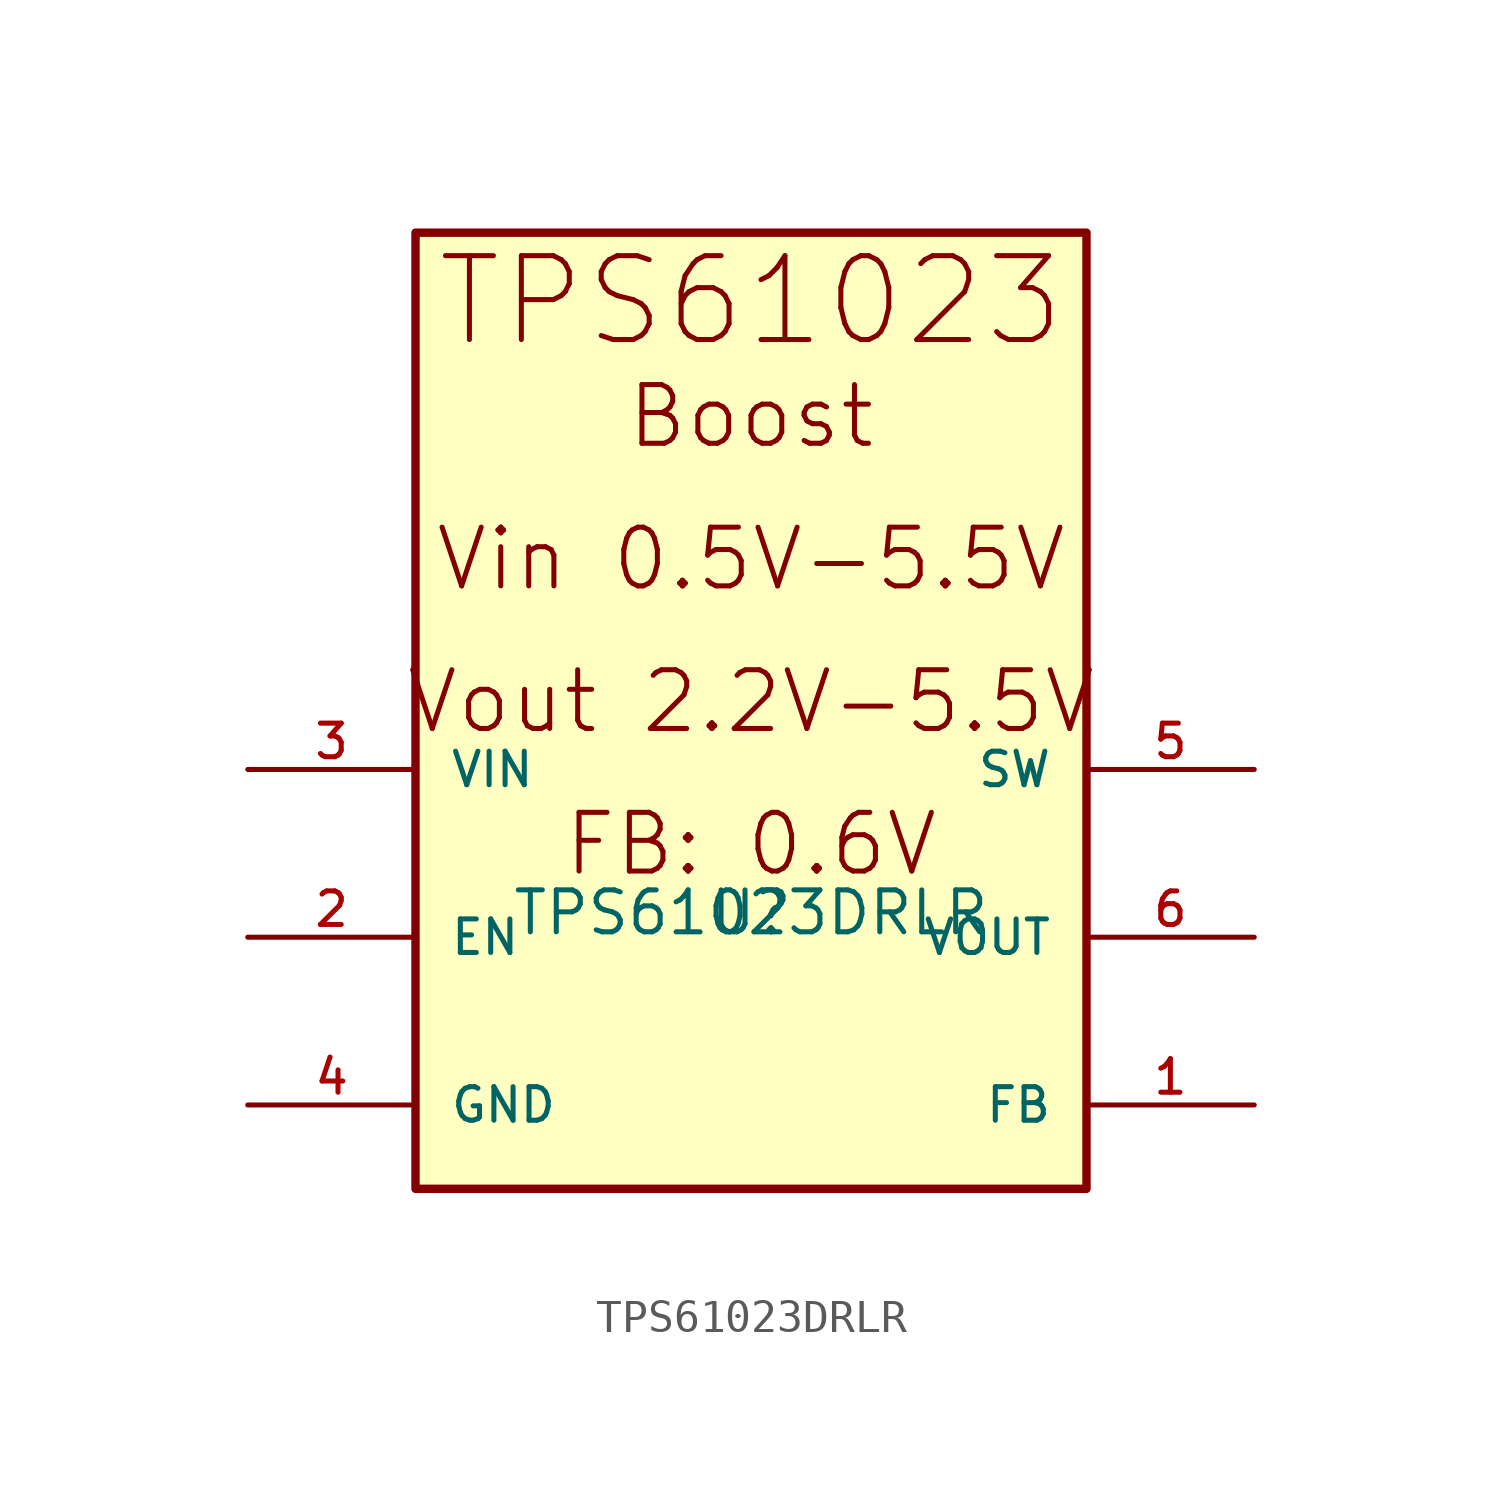
<source format=kicad_sym>
(kicad_symbol_lib
  (version 20231120)
  (generator "kicad_symbol_editor")
  (generator_version "8.0")
  (symbol "TPS61023DRLR"
    (pin_names
      (offset 1.016))
    (property "Reference" "U"
      (at 0 0 0)
      (effects (font (size 1.27 1.27)) (justify bottom)))
    (property "Value" "TPS61023DRLR"
      (at 0 0 0)
      (effects (font (size 1.27 1.27)) (justify bottom)))
    (symbol "TPS61023DRLR_0_0"
      (rectangle (start -10.16 21.336) (end 10.16 -7.62) (stroke (width 0.254) (type default)) (fill (type background)))
      (text "Boost" (at 0 14.732 0) (effects (font (size 1.778 1.778)) (justify bottom)))
      (text "FB: 0.6V" (at 0 1.778 0) (effects (font (size 1.778 1.778)) (justify bottom)))
      (text "TPS61023" (at 0 17.78 0) (effects (font (size 2.54 2.54)) (justify bottom)))
      (text "Vin 0.5V-5.5V" (at 0 10.414 0) (effects (font (size 1.778 1.778)) (justify bottom)))
      (text "Vout 2.2V-5.5V" (at 0 6.096 0) (effects (font (size 1.778 1.778)) (justify bottom)))
      (pin bidirectional line (at 15.24 -5.08 180) (length 5.08) (name "FB" (effects (font (size 1.016 1.016)))) (number "1" (effects (font (size 1.016 1.016)))))
      (pin bidirectional line (at -15.24 0 0) (length 5.08) (name "EN" (effects (font (size 1.016 1.016)))) (number "2" (effects (font (size 1.016 1.016)))))
      (pin bidirectional line (at -15.24 5.08 0) (length 5.08) (name "VIN" (effects (font (size 1.016 1.016)))) (number "3" (effects (font (size 1.016 1.016)))))
      (pin bidirectional line (at -15.24 -5.08 0) (length 5.08) (name "GND" (effects (font (size 1.016 1.016)))) (number "4" (effects (font (size 1.016 1.016)))))
      (pin bidirectional line (at 15.24 5.08 180) (length 5.08) (name "SW" (effects (font (size 1.016 1.016)))) (number "5" (effects (font (size 1.016 1.016)))))
      (pin bidirectional line (at 15.24 0 180) (length 5.08) (name "VOUT" (effects (font (size 1.016 1.016)))) (number "6" (effects (font (size 1.016 1.016))))))))
</source>
